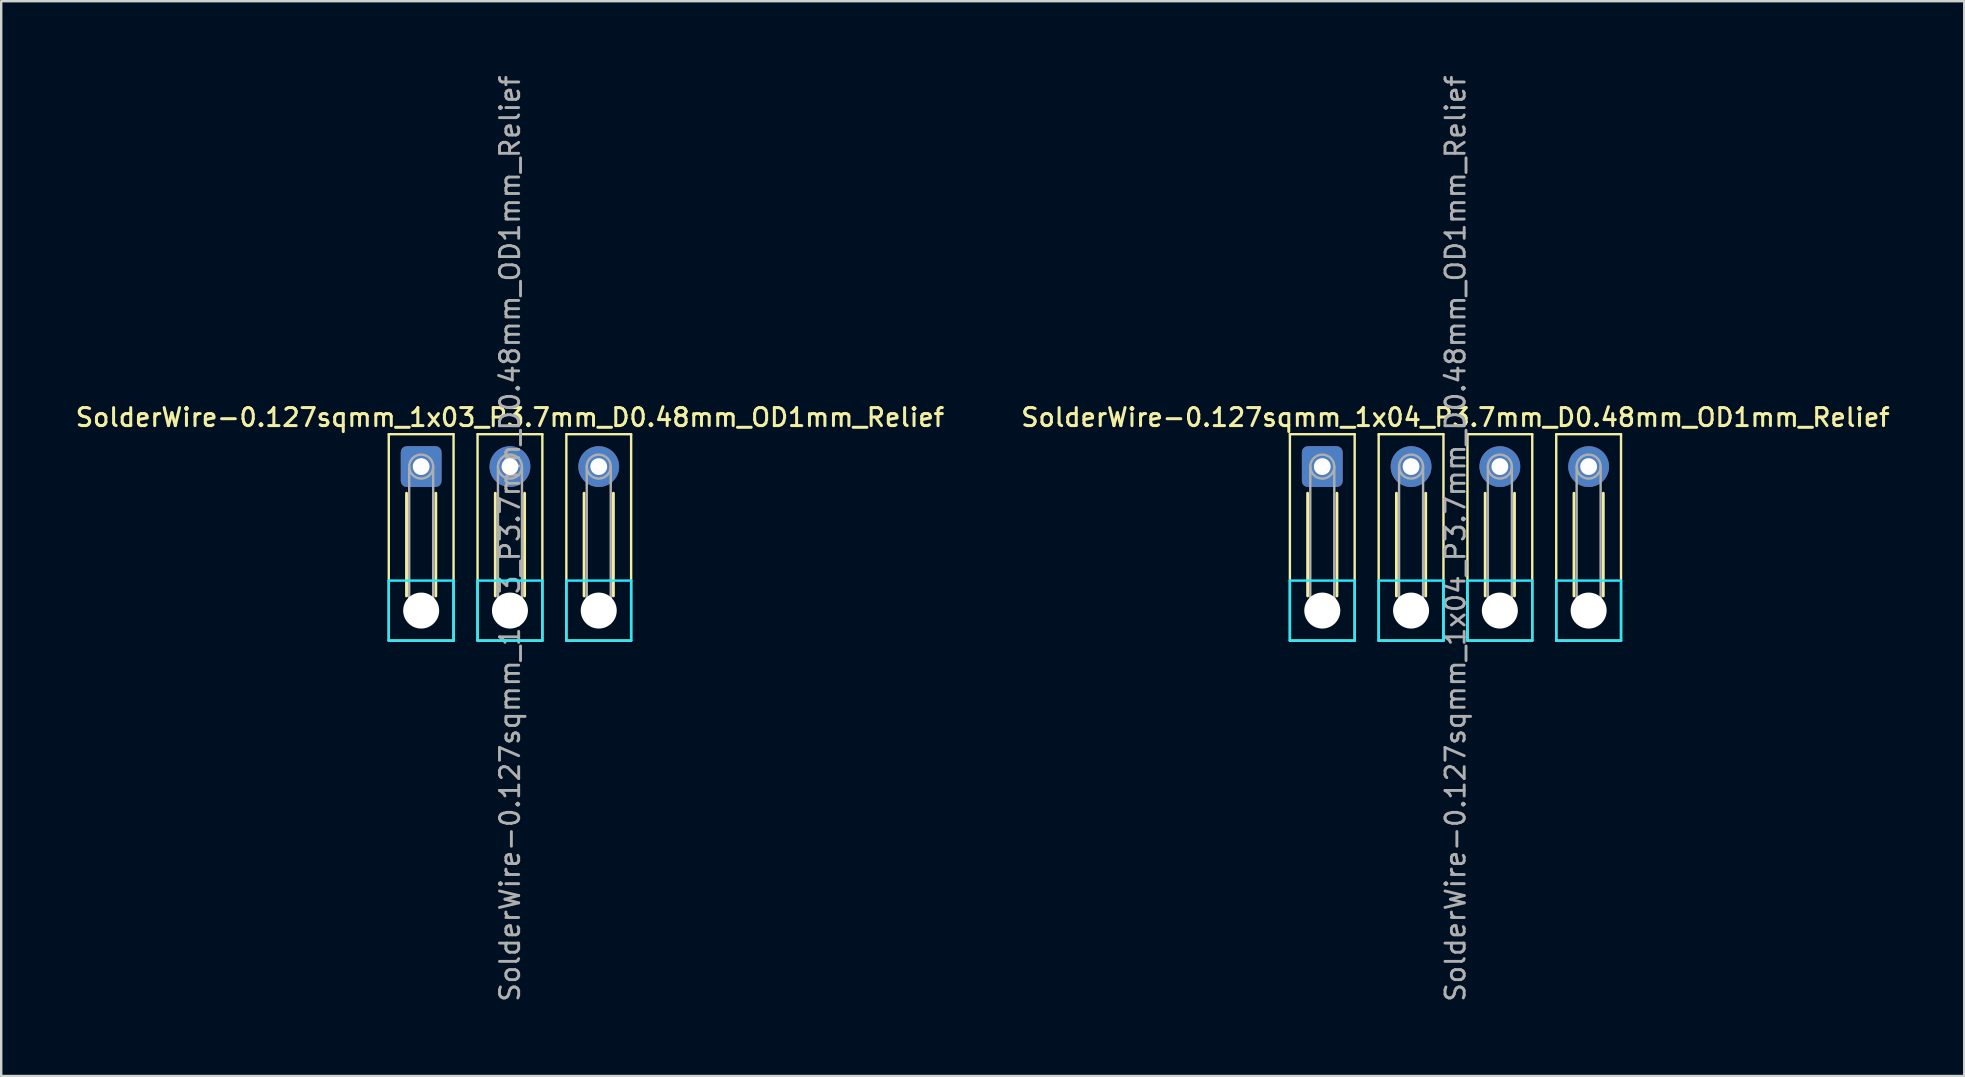
<source format=kicad_pcb>
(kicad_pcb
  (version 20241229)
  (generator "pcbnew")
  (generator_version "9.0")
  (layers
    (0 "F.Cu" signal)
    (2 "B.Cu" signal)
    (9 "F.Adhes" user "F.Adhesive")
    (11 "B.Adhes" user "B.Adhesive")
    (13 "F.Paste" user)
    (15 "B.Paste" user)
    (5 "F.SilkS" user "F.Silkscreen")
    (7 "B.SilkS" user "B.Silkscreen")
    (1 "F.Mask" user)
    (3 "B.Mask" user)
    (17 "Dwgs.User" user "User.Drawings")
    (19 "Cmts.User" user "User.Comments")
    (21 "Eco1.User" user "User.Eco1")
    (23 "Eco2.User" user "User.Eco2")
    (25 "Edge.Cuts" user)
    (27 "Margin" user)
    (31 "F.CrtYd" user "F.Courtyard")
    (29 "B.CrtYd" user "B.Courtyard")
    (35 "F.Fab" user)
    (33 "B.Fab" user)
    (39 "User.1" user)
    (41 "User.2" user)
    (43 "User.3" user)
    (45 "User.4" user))
  (footprint "SolderWire-0.127sqmm_1x03_P3.7mm_D0.48mm_OD1mm_Relief"
    (layer "F.Cu")
    (at 14.502 16.395)
    (property "Reference" "SolderWire-0.127sqmm_1x03_P3.7mm_D0.48mm_OD1mm_Relief" (at 3.7 -2.05 0) (layer "F.SilkS") (effects (font (size 0.75 0.75) (thickness 0.125))))
    (attr exclude_from_pos_files exclude_from_bom)
    (fp_line (start -1.35 -1.35) (end -1.35 7.25) (stroke (width 0.1) (type solid)) (layer "F.SilkS"))
    (fp_line (start -1.35 7.25) (end 1.35 7.25) (stroke (width 0.1) (type solid)) (layer "F.SilkS"))
    (fp_line (start -0.61 1.11) (end -0.61 5.39) (stroke (width 0.12) (type solid)) (layer "F.SilkS"))
    (fp_line (start 0.61 1.11) (end 0.61 5.39) (stroke (width 0.12) (type solid)) (layer "F.SilkS"))
    (fp_line (start 1.35 -1.35) (end -1.35 -1.35) (stroke (width 0.1) (type solid)) (layer "F.SilkS"))
    (fp_line (start 1.35 7.25) (end 1.35 -1.35) (stroke (width 0.1) (type solid)) (layer "F.SilkS"))
    (fp_line (start 2.35 -1.35) (end 2.35 7.25) (stroke (width 0.1) (type solid)) (layer "F.SilkS"))
    (fp_line (start 2.35 7.25) (end 5.05 7.25) (stroke (width 0.1) (type solid)) (layer "F.SilkS"))
    (fp_line (start 3.09 1.11) (end 3.09 5.39) (stroke (width 0.12) (type solid)) (layer "F.SilkS"))
    (fp_line (start 4.31 1.11) (end 4.31 5.39) (stroke (width 0.12) (type solid)) (layer "F.SilkS"))
    (fp_line (start 5.05 -1.35) (end 2.35 -1.35) (stroke (width 0.1) (type solid)) (layer "F.SilkS"))
    (fp_line (start 5.05 7.25) (end 5.05 -1.35) (stroke (width 0.1) (type solid)) (layer "F.SilkS"))
    (fp_line (start 6.05 -1.35) (end 6.05 7.25) (stroke (width 0.1) (type solid)) (layer "F.SilkS"))
    (fp_line (start 6.05 7.25) (end 8.75 7.25) (stroke (width 0.1) (type solid)) (layer "F.SilkS"))
    (fp_line (start 6.79 1.11) (end 6.79 5.39) (stroke (width 0.12) (type solid)) (layer "F.SilkS"))
    (fp_line (start 8.01 1.11) (end 8.01 5.39) (stroke (width 0.12) (type solid)) (layer "F.SilkS"))
    (fp_line (start 8.75 -1.35) (end 6.05 -1.35) (stroke (width 0.1) (type solid)) (layer "F.SilkS"))
    (fp_line (start 8.75 7.25) (end 8.75 -1.35) (stroke (width 0.1) (type solid)) (layer "F.SilkS"))
    (fp_line (start -1.35 4.75) (end -1.35 7.25) (stroke (width 0.1) (type solid)) (layer "B.CrtYd"))
    (fp_line (start -1.35 7.25) (end 1.35 7.25) (stroke (width 0.1) (type solid)) (layer "B.CrtYd"))
    (fp_line (start 1.35 4.75) (end -1.35 4.75) (stroke (width 0.1) (type solid)) (layer "B.CrtYd"))
    (fp_line (start 1.35 7.25) (end 1.35 4.75) (stroke (width 0.1) (type solid)) (layer "B.CrtYd"))
    (fp_line (start 2.35 4.75) (end 2.35 7.25) (stroke (width 0.1) (type solid)) (layer "B.CrtYd"))
    (fp_line (start 2.35 7.25) (end 5.05 7.25) (stroke (width 0.1) (type solid)) (layer "B.CrtYd"))
    (fp_line (start 5.05 4.75) (end 2.35 4.75) (stroke (width 0.1) (type solid)) (layer "B.CrtYd"))
    (fp_line (start 5.05 7.25) (end 5.05 4.75) (stroke (width 0.1) (type solid)) (layer "B.CrtYd"))
    (fp_line (start 6.05 4.75) (end 6.05 7.25) (stroke (width 0.1) (type solid)) (layer "B.CrtYd"))
    (fp_line (start 6.05 7.25) (end 8.75 7.25) (stroke (width 0.1) (type solid)) (layer "B.CrtYd"))
    (fp_line (start 8.75 4.75) (end 6.05 4.75) (stroke (width 0.1) (type solid)) (layer "B.CrtYd"))
    (fp_line (start 8.75 7.25) (end 8.75 4.75) (stroke (width 0.1) (type solid)) (layer "B.CrtYd"))
    (fp_line (start -0.5 0) (end -0.5 6) (stroke (width 0.1) (type solid)) (layer "F.Fab"))
    (fp_line (start 0.5 0) (end 0.5 6) (stroke (width 0.1) (type solid)) (layer "F.Fab"))
    (fp_line (start 3.2 0) (end 3.2 6) (stroke (width 0.1) (type solid)) (layer "F.Fab"))
    (fp_line (start 4.2 0) (end 4.2 6) (stroke (width 0.1) (type solid)) (layer "F.Fab"))
    (fp_line (start 6.9 0) (end 6.9 6) (stroke (width 0.1) (type solid)) (layer "F.Fab"))
    (fp_line (start 7.9 0) (end 7.9 6) (stroke (width 0.1) (type solid)) (layer "F.Fab"))
    (fp_circle (center 0 0) (end 0.5 0) (stroke (width 0.1) (type solid)) (fill no) (layer "F.Fab"))
    (fp_circle (center 0 6) (end 0.5 6) (stroke (width 0.1) (type solid)) (fill no) (layer "F.Fab"))
    (fp_circle (center 3.7 0) (end 4.2 0) (stroke (width 0.1) (type solid)) (fill no) (layer "F.Fab"))
    (fp_circle (center 3.7 6) (end 4.2 6) (stroke (width 0.1) (type solid)) (fill no) (layer "F.Fab"))
    (fp_circle (center 7.4 0) (end 7.9 0) (stroke (width 0.1) (type solid)) (fill no) (layer "F.Fab"))
    (fp_circle (center 7.4 6) (end 7.9 6) (stroke (width 0.1) (type solid)) (fill no) (layer "F.Fab"))
    (fp_text user "${REFERENCE}" (at 3.7 3 90) (layer "F.Fab") (effects (font (size 0.8 0.8) (thickness 0.12))))
    (pad "" np_thru_hole circle (at 0 6) (size 1.5 1.5) (drill 1.5) (layers "*.Cu" "*.Mask"))
    (pad "" np_thru_hole circle (at 3.7 6) (size 1.5 1.5) (drill 1.5) (layers "*.Cu" "*.Mask"))
    (pad "" np_thru_hole circle (at 7.4 6) (size 1.5 1.5) (drill 1.5) (layers "*.Cu" "*.Mask"))
    (pad "1" thru_hole roundrect (at 0 0) (size 1.7 1.7) (drill 0.7) (layers "*.Cu" "*.Mask") (roundrect_rratio 0.147))
    (pad "2" thru_hole circle (at 3.7 0) (size 1.7 1.7) (drill 0.7) (layers "*.Cu" "*.Mask"))
    (pad "3" thru_hole circle (at 7.4 0) (size 1.7 1.7) (drill 0.7) (layers "*.Cu" "*.Mask")))
  (footprint "SolderWire-0.127sqmm_1x04_P3.7mm_D0.48mm_OD1mm_Relief"
    (layer "F.Cu")
    (at 52.055 16.395)
    (property "Reference" "SolderWire-0.127sqmm_1x04_P3.7mm_D0.48mm_OD1mm_Relief" (at 5.55 -2.05 0) (layer "F.SilkS") (effects (font (size 0.75 0.75) (thickness 0.125))))
    (attr exclude_from_pos_files exclude_from_bom)
    (fp_line (start -1.35 -1.35) (end -1.35 7.25) (stroke (width 0.1) (type solid)) (layer "F.SilkS"))
    (fp_line (start -1.35 7.25) (end 1.35 7.25) (stroke (width 0.1) (type solid)) (layer "F.SilkS"))
    (fp_line (start -0.61 1.11) (end -0.61 5.39) (stroke (width 0.12) (type solid)) (layer "F.SilkS"))
    (fp_line (start 0.61 1.11) (end 0.61 5.39) (stroke (width 0.12) (type solid)) (layer "F.SilkS"))
    (fp_line (start 1.35 -1.35) (end -1.35 -1.35) (stroke (width 0.1) (type solid)) (layer "F.SilkS"))
    (fp_line (start 1.35 7.25) (end 1.35 -1.35) (stroke (width 0.1) (type solid)) (layer "F.SilkS"))
    (fp_line (start 2.35 -1.35) (end 2.35 7.25) (stroke (width 0.1) (type solid)) (layer "F.SilkS"))
    (fp_line (start 2.35 7.25) (end 5.05 7.25) (stroke (width 0.1) (type solid)) (layer "F.SilkS"))
    (fp_line (start 3.09 1.11) (end 3.09 5.39) (stroke (width 0.12) (type solid)) (layer "F.SilkS"))
    (fp_line (start 4.31 1.11) (end 4.31 5.39) (stroke (width 0.12) (type solid)) (layer "F.SilkS"))
    (fp_line (start 5.05 -1.35) (end 2.35 -1.35) (stroke (width 0.1) (type solid)) (layer "F.SilkS"))
    (fp_line (start 5.05 7.25) (end 5.05 -1.35) (stroke (width 0.1) (type solid)) (layer "F.SilkS"))
    (fp_line (start 6.05 -1.35) (end 6.05 7.25) (stroke (width 0.1) (type solid)) (layer "F.SilkS"))
    (fp_line (start 6.05 7.25) (end 8.75 7.25) (stroke (width 0.1) (type solid)) (layer "F.SilkS"))
    (fp_line (start 6.79 1.11) (end 6.79 5.39) (stroke (width 0.12) (type solid)) (layer "F.SilkS"))
    (fp_line (start 8.01 1.11) (end 8.01 5.39) (stroke (width 0.12) (type solid)) (layer "F.SilkS"))
    (fp_line (start 8.75 -1.35) (end 6.05 -1.35) (stroke (width 0.1) (type solid)) (layer "F.SilkS"))
    (fp_line (start 8.75 7.25) (end 8.75 -1.35) (stroke (width 0.1) (type solid)) (layer "F.SilkS"))
    (fp_line (start 9.75 -1.35) (end 9.75 7.25) (stroke (width 0.1) (type solid)) (layer "F.SilkS"))
    (fp_line (start 9.75 7.25) (end 12.45 7.25) (stroke (width 0.1) (type solid)) (layer "F.SilkS"))
    (fp_line (start 10.49 1.11) (end 10.49 5.39) (stroke (width 0.12) (type solid)) (layer "F.SilkS"))
    (fp_line (start 11.71 1.11) (end 11.71 5.39) (stroke (width 0.12) (type solid)) (layer "F.SilkS"))
    (fp_line (start 12.45 -1.35) (end 9.75 -1.35) (stroke (width 0.1) (type solid)) (layer "F.SilkS"))
    (fp_line (start 12.45 7.25) (end 12.45 -1.35) (stroke (width 0.1) (type solid)) (layer "F.SilkS"))
    (fp_line (start -1.35 4.75) (end -1.35 7.25) (stroke (width 0.1) (type solid)) (layer "B.CrtYd"))
    (fp_line (start -1.35 7.25) (end 1.35 7.25) (stroke (width 0.1) (type solid)) (layer "B.CrtYd"))
    (fp_line (start 1.35 4.75) (end -1.35 4.75) (stroke (width 0.1) (type solid)) (layer "B.CrtYd"))
    (fp_line (start 1.35 7.25) (end 1.35 4.75) (stroke (width 0.1) (type solid)) (layer "B.CrtYd"))
    (fp_line (start 2.35 4.75) (end 2.35 7.25) (stroke (width 0.1) (type solid)) (layer "B.CrtYd"))
    (fp_line (start 2.35 7.25) (end 5.05 7.25) (stroke (width 0.1) (type solid)) (layer "B.CrtYd"))
    (fp_line (start 5.05 4.75) (end 2.35 4.75) (stroke (width 0.1) (type solid)) (layer "B.CrtYd"))
    (fp_line (start 5.05 7.25) (end 5.05 4.75) (stroke (width 0.1) (type solid)) (layer "B.CrtYd"))
    (fp_line (start 6.05 4.75) (end 6.05 7.25) (stroke (width 0.1) (type solid)) (layer "B.CrtYd"))
    (fp_line (start 6.05 7.25) (end 8.75 7.25) (stroke (width 0.1) (type solid)) (layer "B.CrtYd"))
    (fp_line (start 8.75 4.75) (end 6.05 4.75) (stroke (width 0.1) (type solid)) (layer "B.CrtYd"))
    (fp_line (start 8.75 7.25) (end 8.75 4.75) (stroke (width 0.1) (type solid)) (layer "B.CrtYd"))
    (fp_line (start 9.75 4.75) (end 9.75 7.25) (stroke (width 0.1) (type solid)) (layer "B.CrtYd"))
    (fp_line (start 9.75 7.25) (end 12.45 7.25) (stroke (width 0.1) (type solid)) (layer "B.CrtYd"))
    (fp_line (start 12.45 4.75) (end 9.75 4.75) (stroke (width 0.1) (type solid)) (layer "B.CrtYd"))
    (fp_line (start 12.45 7.25) (end 12.45 4.75) (stroke (width 0.1) (type solid)) (layer "B.CrtYd"))
    (fp_line (start -0.5 0) (end -0.5 6) (stroke (width 0.1) (type solid)) (layer "F.Fab"))
    (fp_line (start 0.5 0) (end 0.5 6) (stroke (width 0.1) (type solid)) (layer "F.Fab"))
    (fp_line (start 3.2 0) (end 3.2 6) (stroke (width 0.1) (type solid)) (layer "F.Fab"))
    (fp_line (start 4.2 0) (end 4.2 6) (stroke (width 0.1) (type solid)) (layer "F.Fab"))
    (fp_line (start 6.9 0) (end 6.9 6) (stroke (width 0.1) (type solid)) (layer "F.Fab"))
    (fp_line (start 7.9 0) (end 7.9 6) (stroke (width 0.1) (type solid)) (layer "F.Fab"))
    (fp_line (start 10.6 0) (end 10.6 6) (stroke (width 0.1) (type solid)) (layer "F.Fab"))
    (fp_line (start 11.6 0) (end 11.6 6) (stroke (width 0.1) (type solid)) (layer "F.Fab"))
    (fp_circle (center 0 0) (end 0.5 0) (stroke (width 0.1) (type solid)) (fill no) (layer "F.Fab"))
    (fp_circle (center 0 6) (end 0.5 6) (stroke (width 0.1) (type solid)) (fill no) (layer "F.Fab"))
    (fp_circle (center 3.7 0) (end 4.2 0) (stroke (width 0.1) (type solid)) (fill no) (layer "F.Fab"))
    (fp_circle (center 3.7 6) (end 4.2 6) (stroke (width 0.1) (type solid)) (fill no) (layer "F.Fab"))
    (fp_circle (center 7.4 0) (end 7.9 0) (stroke (width 0.1) (type solid)) (fill no) (layer "F.Fab"))
    (fp_circle (center 7.4 6) (end 7.9 6) (stroke (width 0.1) (type solid)) (fill no) (layer "F.Fab"))
    (fp_circle (center 11.1 0) (end 11.6 0) (stroke (width 0.1) (type solid)) (fill no) (layer "F.Fab"))
    (fp_circle (center 11.1 6) (end 11.6 6) (stroke (width 0.1) (type solid)) (fill no) (layer "F.Fab"))
    (fp_text user "${REFERENCE}" (at 5.55 3 90) (layer "F.Fab") (effects (font (size 0.8 0.8) (thickness 0.12))))
    (pad "" np_thru_hole circle (at 0 6) (size 1.5 1.5) (drill 1.5) (layers "*.Cu" "*.Mask"))
    (pad "" np_thru_hole circle (at 3.7 6) (size 1.5 1.5) (drill 1.5) (layers "*.Cu" "*.Mask"))
    (pad "" np_thru_hole circle (at 7.4 6) (size 1.5 1.5) (drill 1.5) (layers "*.Cu" "*.Mask"))
    (pad "" np_thru_hole circle (at 11.1 6) (size 1.5 1.5) (drill 1.5) (layers "*.Cu" "*.Mask"))
    (pad "1" thru_hole roundrect (at 0 0) (size 1.7 1.7) (drill 0.7) (layers "*.Cu" "*.Mask") (roundrect_rratio 0.147))
    (pad "2" thru_hole circle (at 3.7 0) (size 1.7 1.7) (drill 0.7) (layers "*.Cu" "*.Mask"))
    (pad "3" thru_hole circle (at 7.4 0) (size 1.7 1.7) (drill 0.7) (layers "*.Cu" "*.Mask"))
    (pad "4" thru_hole circle (at 11.1 0) (size 1.7 1.7) (drill 0.7) (layers "*.Cu" "*.Mask")))
  (gr_rect
    (start -3 -3)
    (end 78.807 41.79)
    (stroke (width 0.1) (type default))
    (fill no)
    (layer "Edge.Cuts")))
</source>
